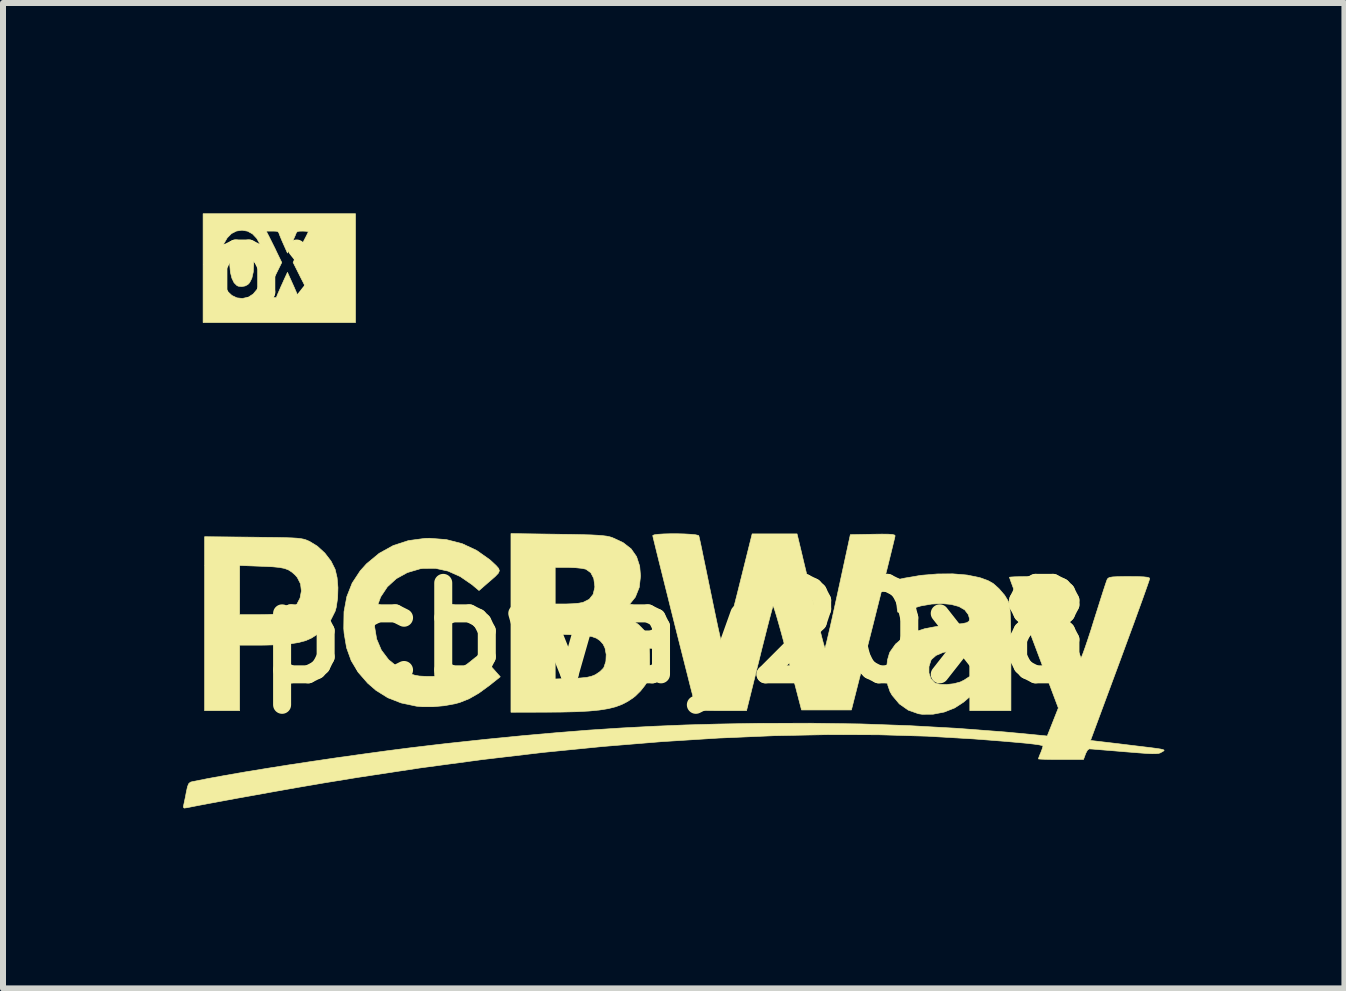
<source format=kicad_pcb>
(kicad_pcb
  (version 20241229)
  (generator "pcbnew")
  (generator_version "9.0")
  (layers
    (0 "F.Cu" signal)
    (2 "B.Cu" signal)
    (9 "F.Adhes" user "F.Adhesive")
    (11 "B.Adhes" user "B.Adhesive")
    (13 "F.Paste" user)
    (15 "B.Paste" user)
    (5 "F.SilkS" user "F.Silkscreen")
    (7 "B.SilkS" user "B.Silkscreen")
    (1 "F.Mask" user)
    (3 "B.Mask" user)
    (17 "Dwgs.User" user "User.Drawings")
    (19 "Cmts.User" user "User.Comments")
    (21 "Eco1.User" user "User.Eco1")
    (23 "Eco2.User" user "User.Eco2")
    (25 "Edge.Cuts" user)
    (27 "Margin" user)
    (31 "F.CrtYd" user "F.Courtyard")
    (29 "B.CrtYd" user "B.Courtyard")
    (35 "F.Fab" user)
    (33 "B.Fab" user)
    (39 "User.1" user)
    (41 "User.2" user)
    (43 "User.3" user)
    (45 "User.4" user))
  (footprint "ox"
    (layer "F.Cu")
    (at 1.604 1.418)
    (property "Reference" "ox" (at 0 0 0) (layer "F.SilkS") (effects (font (size 1.524 1.524) (thickness 0.3))))
    (attr through_hole)
    (fp_poly (pts (xy -0.587 -0.431) (xy -0.535 -0.409) (xy -0.524 -0.401) (xy -0.477 -0.339) (xy -0.445 -0.252) (xy -0.429 -0.139) (xy -0.427 -0.064) (xy -0.434 0.065) (xy -0.457 0.167) (xy -0.495 0.242) (xy -0.524 0.273) (xy -0.57 0.297) (xy -0.627 0.307) (xy -0.682 0.301) (xy -0.705 0.291) (xy -0.753 0.244) (xy -0.79 0.168) (xy -0.815 0.069) (xy -0.825 -0.048) (xy -0.825 -0.067) (xy -0.816 -0.197) (xy -0.787 -0.303) (xy -0.744 -0.38) (xy -0.702 -0.415) (xy -0.646 -0.432) (xy -0.587 -0.431)) (stroke (width 0.01) (type solid)) (fill yes) (layer "F.SilkS"))
    (fp_poly (pts (xy 1.27 0.907) (xy -1.27 0.907) (xy -1.27 -0.063) (xy -0.99 -0.063) (xy -0.985 0.026) (xy -0.969 0.126) (xy -0.946 0.221) (xy -0.921 0.293) (xy -0.863 0.387) (xy -0.79 0.455) (xy -0.706 0.495) (xy -0.615 0.505) (xy -0.547 0.49) (xy -0.255 0.49) (xy -0.05 0.49) (xy -0.023 0.423) (xy -0.003 0.378) (xy 0.025 0.313) (xy 0.058 0.241) (xy 0.07 0.213) (xy 0.136 0.07) (xy 0.212 0.239) (xy 0.245 0.312) (xy 0.273 0.377) (xy 0.295 0.427) (xy 0.303 0.449) (xy 0.313 0.469) (xy 0.328 0.482) (xy 0.353 0.488) (xy 0.396 0.49) (xy 0.421 0.49) (xy 0.471 0.489) (xy 0.501 0.487) (xy 0.513 0.481) (xy 0.513 0.469) (xy 0.506 0.455) (xy 0.493 0.429) (xy 0.468 0.379) (xy 0.434 0.311) (xy 0.394 0.23) (xy 0.359 0.162) (xy 0.23 -0.096) (xy 0.301 -0.243) (xy 0.34 -0.322) (xy 0.381 -0.403) (xy 0.418 -0.474) (xy 0.428 -0.493) (xy 0.455 -0.545) (xy 0.474 -0.585) (xy 0.483 -0.606) (xy 0.483 -0.606) (xy 0.471 -0.611) (xy 0.44 -0.615) (xy 0.396 -0.617) (xy 0.388 -0.617) (xy 0.338 -0.616) (xy 0.308 -0.611) (xy 0.291 -0.6) (xy 0.28 -0.581) (xy 0.278 -0.576) (xy 0.265 -0.543) (xy 0.241 -0.489) (xy 0.213 -0.423) (xy 0.199 -0.393) (xy 0.136 -0.251) (xy 0.073 -0.392) (xy 0.043 -0.46) (xy 0.018 -0.52) (xy 0.000464 -0.564) (xy -0.003 -0.575) (xy -0.012 -0.596) (xy -0.026 -0.609) (xy -0.05 -0.615) (xy -0.091 -0.617) (xy -0.118 -0.617) (xy -0.218 -0.617) (xy -0.173 -0.531) (xy -0.147 -0.479) (xy -0.112 -0.409) (xy -0.072 -0.329) (xy -0.044 -0.269) (xy 0.041 -0.094) (xy -0.052 0.094) (xy -0.093 0.178) (xy -0.136 0.262) (xy -0.175 0.337) (xy -0.2 0.386) (xy -0.255 0.49) (xy -0.547 0.49) (xy -0.52 0.484) (xy -0.51 0.48) (xy -0.434 0.43) (xy -0.368 0.35) (xy -0.315 0.245) (xy -0.308 0.228) (xy -0.284 0.134) (xy -0.27 0.02) (xy -0.267 -0.102) (xy -0.275 -0.219) (xy -0.284 -0.274) (xy -0.321 -0.397) (xy -0.376 -0.496) (xy -0.446 -0.57) (xy -0.529 -0.616) (xy -0.621 -0.632) (xy -0.714 -0.618) (xy -0.797 -0.576) (xy -0.868 -0.504) (xy -0.924 -0.407) (xy -0.964 -0.288) (xy -0.987 -0.151) (xy -0.99 -0.063) (xy -1.27 -0.063) (xy -1.27 -0.907) (xy 1.27 -0.907) (xy 1.27 0.907)) (stroke (width 0.01) (type solid)) (fill yes) (layer "F.SilkS")))
  (footprint "pcbway20x8"
    (layer "F.Cu")
    (at 8.182 7.497)
    (property "Reference" "pcbway20x8" (at 0 0 0) (layer "F.SilkS") (effects (font (size 1.524 1.524) (thickness 0.3))))
    (attr through_hole)
    (fp_poly (pts (xy -7.017 -1.596) (xy -6.793 -1.593) (xy -6.613 -1.591) (xy -6.472 -1.588) (xy -6.364 -1.584) (xy -6.282 -1.579) (xy -6.22 -1.572) (xy -6.173 -1.563) (xy -6.133 -1.551) (xy -6.096 -1.535) (xy -6.076 -1.527) (xy -5.944 -1.446) (xy -5.819 -1.331) (xy -5.716 -1.197) (xy -5.648 -1.061) (xy -5.615 -0.921) (xy -5.601 -0.755) (xy -5.606 -0.584) (xy -5.629 -0.428) (xy -5.647 -0.363) (xy -5.716 -0.225) (xy -5.821 -0.091) (xy -5.948 0.024) (xy -6.039 0.083) (xy -6.137 0.127) (xy -6.256 0.159) (xy -6.401 0.182) (xy -6.58 0.196) (xy -6.8 0.202) (xy -6.877 0.203) (xy -7.239 0.203) (xy -7.239 1.295) (xy -7.823 1.295) (xy -7.823 -0.305) (xy -7.239 -0.305) (xy -6.915 -0.305) (xy -6.782 -0.307) (xy -6.657 -0.313) (xy -6.556 -0.322) (xy -6.492 -0.333) (xy -6.492 -0.333) (xy -6.376 -0.388) (xy -6.288 -0.474) (xy -6.232 -0.582) (xy -6.21 -0.7) (xy -6.224 -0.818) (xy -6.279 -0.926) (xy -6.318 -0.97) (xy -6.373 -1.017) (xy -6.428 -1.052) (xy -6.493 -1.076) (xy -6.577 -1.092) (xy -6.69 -1.103) (xy -6.843 -1.11) (xy -6.874 -1.111) (xy -7.239 -1.125) (xy -7.239 -0.305) (xy -7.823 -0.305) (xy -7.823 -1.604) (xy -7.017 -1.596)) (stroke (width 0.01) (type solid)) (fill yes) (layer "F.SilkS"))
    (fp_poly (pts (xy -3.795 -1.556) (xy -3.531 -1.488) (xy -3.289 -1.375) (xy -3.071 -1.221) (xy -3.031 -1.185) (xy -2.964 -1.122) (xy -2.923 -1.075) (xy -2.911 -1.036) (xy -2.93 -0.994) (xy -2.982 -0.94) (xy -3.068 -0.865) (xy -3.102 -0.836) (xy -3.25 -0.707) (xy -3.371 -0.808) (xy -3.563 -0.94) (xy -3.767 -1.031) (xy -3.976 -1.077) (xy -4.182 -1.076) (xy -4.232 -1.069) (xy -4.445 -1.006) (xy -4.628 -0.905) (xy -4.777 -0.769) (xy -4.889 -0.601) (xy -4.961 -0.404) (xy -4.977 -0.326) (xy -4.99 -0.104) (xy -4.956 0.101) (xy -4.878 0.285) (xy -4.757 0.445) (xy -4.596 0.577) (xy -4.482 0.64) (xy -4.392 0.681) (xy -4.319 0.705) (xy -4.243 0.718) (xy -4.147 0.723) (xy -4.064 0.724) (xy -3.944 0.722) (xy -3.857 0.715) (xy -3.785 0.698) (xy -3.71 0.669) (xy -3.658 0.645) (xy -3.551 0.586) (xy -3.443 0.515) (xy -3.372 0.459) (xy -3.307 0.406) (xy -3.255 0.372) (xy -3.229 0.366) (xy -3.203 0.391) (xy -3.152 0.444) (xy -3.086 0.516) (xy -3.051 0.555) (xy -2.896 0.73) (xy -3.078 0.875) (xy -3.252 1.002) (xy -3.412 1.094) (xy -3.571 1.158) (xy -3.652 1.18) (xy -3.827 1.212) (xy -4.016 1.229) (xy -4.196 1.229) (xy -4.293 1.22) (xy -4.548 1.166) (xy -4.771 1.079) (xy -4.969 0.955) (xy -5.106 0.836) (xy -5.264 0.654) (xy -5.38 0.461) (xy -5.457 0.247) (xy -5.498 0.004) (xy -5.504 -0.076) (xy -5.5 -0.354) (xy -5.453 -0.605) (xy -5.364 -0.831) (xy -5.23 -1.035) (xy -5.125 -1.152) (xy -4.914 -1.327) (xy -4.681 -1.456) (xy -4.427 -1.539) (xy -4.151 -1.576) (xy -4.075 -1.578) (xy -3.795 -1.556)) (stroke (width 0.01) (type solid)) (fill yes) (layer "F.SilkS"))
    (fp_poly (pts (xy 4.885 -0.965) (xy 5.093 -0.922) (xy 5.118 -0.914) (xy 5.23 -0.873) (xy 5.316 -0.825) (xy 5.398 -0.753) (xy 5.423 -0.728) (xy 5.509 -0.627) (xy 5.568 -0.53) (xy 5.582 -0.492) (xy 5.592 -0.439) (xy 5.6 -0.348) (xy 5.606 -0.219) (xy 5.61 -0.047) (xy 5.613 0.17) (xy 5.613 0.435) (xy 5.613 0.454) (xy 5.613 1.295) (xy 4.928 1.295) (xy 4.928 1.063) (xy 4.822 1.154) (xy 4.676 1.249) (xy 4.501 1.318) (xy 4.315 1.354) (xy 4.133 1.355) (xy 4.072 1.346) (xy 3.902 1.286) (xy 3.754 1.182) (xy 3.634 1.039) (xy 3.599 0.979) (xy 3.562 0.873) (xy 3.542 0.737) (xy 3.541 0.59) (xy 3.544 0.562) (xy 4.247 0.562) (xy 4.247 0.667) (xy 4.279 0.76) (xy 4.338 0.827) (xy 4.353 0.835) (xy 4.433 0.856) (xy 4.542 0.859) (xy 4.659 0.846) (xy 4.766 0.818) (xy 4.832 0.786) (xy 4.927 0.724) (xy 4.927 0.488) (xy 4.928 0.252) (xy 4.845 0.264) (xy 4.768 0.276) (xy 4.673 0.289) (xy 4.636 0.293) (xy 4.481 0.325) (xy 4.364 0.375) (xy 4.29 0.441) (xy 4.279 0.459) (xy 4.247 0.562) (xy 3.544 0.562) (xy 3.556 0.45) (xy 3.589 0.336) (xy 3.599 0.315) (xy 3.691 0.185) (xy 3.816 0.079) (xy 3.978 -0.007) (xy 4.18 -0.072) (xy 4.424 -0.118) (xy 4.676 -0.144) (xy 4.798 -0.155) (xy 4.876 -0.171) (xy 4.915 -0.196) (xy 4.924 -0.235) (xy 4.907 -0.292) (xy 4.901 -0.309) (xy 4.843 -0.385) (xy 4.746 -0.441) (xy 4.616 -0.476) (xy 4.463 -0.49) (xy 4.293 -0.482) (xy 4.114 -0.451) (xy 3.974 -0.41) (xy 3.874 -0.378) (xy 3.792 -0.355) (xy 3.74 -0.345) (xy 3.729 -0.346) (xy 3.721 -0.375) (xy 3.714 -0.444) (xy 3.709 -0.541) (xy 3.708 -0.622) (xy 3.708 -0.885) (xy 3.842 -0.914) (xy 4.112 -0.96) (xy 4.383 -0.983) (xy 4.645 -0.985) (xy 4.885 -0.965)) (stroke (width 0.01) (type solid)) (fill yes) (layer "F.SilkS"))
    (fp_poly (pts (xy -1.937 -1.645) (xy -1.709 -1.642) (xy -1.527 -1.638) (xy -1.383 -1.634) (xy -1.271 -1.628) (xy -1.186 -1.621) (xy -1.121 -1.613) (xy -1.07 -1.602) (xy -1.029 -1.589) (xy -0.85 -1.506) (xy -0.716 -1.402) (xy -0.625 -1.272) (xy -0.573 -1.113) (xy -0.559 -0.949) (xy -0.58 -0.761) (xy -0.645 -0.598) (xy -0.754 -0.462) (xy -0.819 -0.407) (xy -0.938 -0.319) (xy -0.815 -0.273) (xy -0.697 -0.215) (xy -0.587 -0.134) (xy -0.498 -0.043) (xy -0.441 0.048) (xy -0.433 0.071) (xy -0.422 0.135) (xy -0.414 0.234) (xy -0.408 0.355) (xy -0.407 0.459) (xy -0.407 0.586) (xy -0.41 0.675) (xy -0.419 0.737) (xy -0.434 0.786) (xy -0.46 0.833) (xy -0.487 0.875) (xy -0.557 0.964) (xy -0.644 1.05) (xy -0.684 1.082) (xy -0.773 1.141) (xy -0.868 1.19) (xy -0.974 1.23) (xy -1.097 1.261) (xy -1.243 1.284) (xy -1.417 1.301) (xy -1.625 1.312) (xy -1.873 1.318) (xy -2.153 1.32) (xy -2.718 1.321) (xy -2.718 0.767) (xy -1.981 0.767) (xy -1.695 0.757) (xy -1.556 0.75) (xy -1.455 0.74) (xy -1.38 0.723) (xy -1.319 0.699) (xy -1.307 0.693) (xy -1.235 0.644) (xy -1.178 0.587) (xy -1.168 0.57) (xy -1.136 0.472) (xy -1.131 0.358) (xy -1.151 0.251) (xy -1.183 0.186) (xy -1.234 0.128) (xy -1.294 0.087) (xy -1.373 0.059) (xy -1.48 0.042) (xy -1.625 0.032) (xy -1.683 0.03) (xy -1.981 0.02) (xy -1.981 0.767) (xy -2.718 0.767) (xy -2.718 -1.092) (xy -1.981 -1.092) (xy -1.981 -0.483) (xy -1.797 -0.483) (xy -1.689 -0.487) (xy -1.588 -0.496) (xy -1.519 -0.509) (xy -1.414 -0.561) (xy -1.348 -0.645) (xy -1.321 -0.76) (xy -1.321 -0.779) (xy -1.338 -0.908) (xy -1.388 -1.004) (xy -1.468 -1.061) (xy -1.476 -1.064) (xy -1.54 -1.077) (xy -1.636 -1.087) (xy -1.746 -1.092) (xy -1.769 -1.092) (xy -1.981 -1.092) (xy -2.718 -1.092) (xy -2.718 -1.656) (xy -1.937 -1.645)) (stroke (width 0.01) (type solid)) (fill yes) (layer "F.SilkS"))
    (fp_poly (pts (xy 0.057 -1.653) (xy 0.174 -1.65) (xy 0.279 -1.644) (xy 0.359 -1.636) (xy 0.406 -1.625) (xy 0.412 -1.619) (xy 0.42 -1.588) (xy 0.437 -1.512) (xy 0.461 -1.399) (xy 0.491 -1.252) (xy 0.527 -1.079) (xy 0.567 -0.885) (xy 0.61 -0.675) (xy 0.612 -0.667) (xy 0.655 -0.458) (xy 0.695 -0.266) (xy 0.731 -0.096) (xy 0.763 0.046) (xy 0.787 0.156) (xy 0.804 0.227) (xy 0.813 0.254) (xy 0.813 0.254) (xy 0.822 0.23) (xy 0.842 0.162) (xy 0.87 0.056) (xy 0.907 -0.084) (xy 0.951 -0.252) (xy 0.999 -0.443) (xy 1.052 -0.651) (xy 1.064 -0.699) (xy 1.301 -1.651) (xy 2.049 -1.651) (xy 2.127 -1.327) (xy 2.155 -1.207) (xy 2.193 -1.05) (xy 2.236 -0.868) (xy 2.282 -0.671) (xy 2.329 -0.473) (xy 2.352 -0.375) (xy 2.393 -0.204) (xy 2.431 -0.051) (xy 2.463 0.078) (xy 2.489 0.176) (xy 2.507 0.237) (xy 2.514 0.254) (xy 2.522 0.23) (xy 2.54 0.162) (xy 2.565 0.055) (xy 2.598 -0.086) (xy 2.636 -0.255) (xy 2.678 -0.446) (xy 2.724 -0.655) (xy 2.732 -0.692) (xy 2.937 -1.638) (xy 3.31 -1.645) (xy 3.461 -1.647) (xy 3.568 -1.646) (xy 3.637 -1.641) (xy 3.673 -1.632) (xy 3.683 -1.62) (xy 3.677 -1.59) (xy 3.659 -1.515) (xy 3.631 -1.4) (xy 3.594 -1.249) (xy 3.549 -1.067) (xy 3.496 -0.858) (xy 3.438 -0.626) (xy 3.375 -0.376) (xy 3.319 -0.152) (xy 2.955 1.283) (xy 2.124 1.283) (xy 1.894 0.401) (xy 1.841 0.199) (xy 1.792 0.016) (xy 1.747 -0.145) (xy 1.709 -0.277) (xy 1.679 -0.375) (xy 1.658 -0.435) (xy 1.649 -0.45) (xy 1.639 -0.419) (xy 1.619 -0.344) (xy 1.589 -0.232) (xy 1.552 -0.088) (xy 1.509 0.082) (xy 1.461 0.271) (xy 1.42 0.438) (xy 1.207 1.295) (xy 0.793 1.295) (xy 0.628 1.294) (xy 0.508 1.291) (xy 0.428 1.284) (xy 0.383 1.275) (xy 0.369 1.264) (xy 0.359 1.228) (xy 0.338 1.15) (xy 0.308 1.033) (xy 0.27 0.885) (xy 0.226 0.709) (xy 0.176 0.512) (xy 0.122 0.298) (xy 0.065 0.073) (xy 0.007 -0.158) (xy -0.051 -0.39) (xy -0.107 -0.616) (xy -0.161 -0.832) (xy -0.211 -1.033) (xy -0.256 -1.213) (xy -0.294 -1.367) (xy -0.324 -1.49) (xy -0.345 -1.575) (xy -0.355 -1.619) (xy -0.356 -1.623) (xy -0.332 -1.635) (xy -0.268 -1.644) (xy -0.175 -1.65) (xy -0.063 -1.653) (xy 0.057 -1.653)) (stroke (width 0.01) (type solid)) (fill yes) (layer "F.SilkS"))
    (fp_poly (pts (xy 6.542 -0.273) (xy 6.6 -0.098) (xy 6.654 0.061) (xy 6.701 0.198) (xy 6.739 0.306) (xy 6.766 0.38) (xy 6.779 0.412) (xy 6.78 0.413) (xy 6.792 0.395) (xy 6.816 0.334) (xy 6.851 0.237) (xy 6.894 0.11) (xy 6.944 -0.042) (xy 6.996 -0.21) (xy 7.051 -0.383) (xy 7.101 -0.542) (xy 7.145 -0.68) (xy 7.181 -0.79) (xy 7.206 -0.864) (xy 7.218 -0.895) (xy 7.233 -0.913) (xy 7.261 -0.926) (xy 7.31 -0.934) (xy 7.39 -0.938) (xy 7.507 -0.94) (xy 7.583 -0.94) (xy 7.726 -0.939) (xy 7.825 -0.935) (xy 7.887 -0.928) (xy 7.918 -0.918) (xy 7.925 -0.906) (xy 7.916 -0.876) (xy 7.891 -0.803) (xy 7.852 -0.692) (xy 7.8 -0.546) (xy 7.736 -0.37) (xy 7.663 -0.168) (xy 7.581 0.054) (xy 7.493 0.294) (xy 7.432 0.46) (xy 6.939 1.791) (xy 7.413 1.847) (xy 7.633 1.874) (xy 7.808 1.895) (xy 7.941 1.911) (xy 8.039 1.924) (xy 8.105 1.934) (xy 8.145 1.943) (xy 8.163 1.951) (xy 8.165 1.959) (xy 8.154 1.968) (xy 8.136 1.979) (xy 8.126 1.984) (xy 8.102 1.998) (xy 8.073 2.007) (xy 8.03 2.011) (xy 7.969 2.012) (xy 7.88 2.008) (xy 7.758 1.999) (xy 7.596 1.986) (xy 7.505 1.979) (xy 7.341 1.965) (xy 7.193 1.953) (xy 7.069 1.943) (xy 6.977 1.935) (xy 6.925 1.932) (xy 6.917 1.931) (xy 6.889 1.952) (xy 6.86 2.005) (xy 6.855 2.019) (xy 6.822 2.108) (xy 6.446 2.108) (xy 6.315 2.108) (xy 6.203 2.106) (xy 6.121 2.103) (xy 6.076 2.1) (xy 6.071 2.099) (xy 6.079 2.071) (xy 6.101 2.015) (xy 6.109 1.998) (xy 6.133 1.934) (xy 6.146 1.889) (xy 6.147 1.884) (xy 6.131 1.875) (xy 6.082 1.864) (xy 5.997 1.852) (xy 5.874 1.838) (xy 5.71 1.823) (xy 5.503 1.805) (xy 5.249 1.785) (xy 4.987 1.765) (xy 4.218 1.72) (xy 3.405 1.696) (xy 2.554 1.694) (xy 1.666 1.712) (xy 0.745 1.751) (xy -0.205 1.811) (xy -1.181 1.891) (xy -2.179 1.99) (xy -3.198 2.11) (xy -4.232 2.249) (xy -5.279 2.408) (xy -5.842 2.5) (xy -6.046 2.535) (xy -6.274 2.574) (xy -6.517 2.617) (xy -6.77 2.662) (xy -7.023 2.708) (xy -7.27 2.752) (xy -7.502 2.795) (xy -7.713 2.834) (xy -7.894 2.868) (xy -8.038 2.896) (xy -8.112 2.911) (xy -8.163 2.918) (xy -8.177 2.901) (xy -8.171 2.867) (xy -8.159 2.81) (xy -8.141 2.724) (xy -8.127 2.649) (xy -8.108 2.562) (xy -8.088 2.512) (xy -8.06 2.487) (xy -8.03 2.478) (xy -7.777 2.428) (xy -7.481 2.374) (xy -7.148 2.316) (xy -6.787 2.257) (xy -6.403 2.196) (xy -6.004 2.136) (xy -5.597 2.076) (xy -5.188 2.019) (xy -4.786 1.964) (xy -4.398 1.914) (xy -4.029 1.87) (xy -3.797 1.843) (xy -3.146 1.773) (xy -2.536 1.713) (xy -1.959 1.662) (xy -1.407 1.618) (xy -0.87 1.583) (xy -0.341 1.555) (xy 0.189 1.533) (xy 0.729 1.518) (xy 1.287 1.508) (xy 1.41 1.506) (xy 2.283 1.504) (xy 3.118 1.516) (xy 3.927 1.545) (xy 4.718 1.589) (xy 5.505 1.649) (xy 5.892 1.685) (xy 6.218 1.717) (xy 6.311 1.483) (xy 6.403 1.25) (xy 5.996 0.167) (xy 5.912 -0.055) (xy 5.834 -0.263) (xy 5.764 -0.45) (xy 5.703 -0.614) (xy 5.653 -0.748) (xy 5.616 -0.848) (xy 5.594 -0.91) (xy 5.588 -0.928) (xy 5.612 -0.932) (xy 5.678 -0.936) (xy 5.776 -0.938) (xy 5.899 -0.94) (xy 5.954 -0.94) (xy 6.32 -0.94) (xy 6.542 -0.273)) (stroke (width 0.01) (type solid)) (fill yes) (layer "F.SilkS")))
  (gr_rect
    (start -3 -3)
    (end 19.352 13.42)
    (stroke (width 0.1) (type default))
    (fill no)
    (layer "Edge.Cuts")))
</source>
